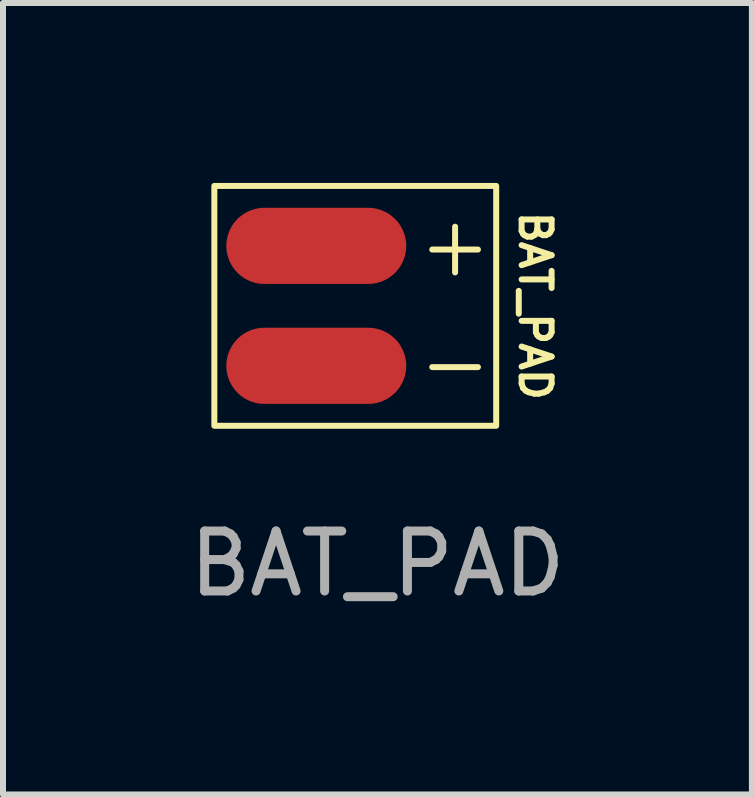
<source format=kicad_pcb>
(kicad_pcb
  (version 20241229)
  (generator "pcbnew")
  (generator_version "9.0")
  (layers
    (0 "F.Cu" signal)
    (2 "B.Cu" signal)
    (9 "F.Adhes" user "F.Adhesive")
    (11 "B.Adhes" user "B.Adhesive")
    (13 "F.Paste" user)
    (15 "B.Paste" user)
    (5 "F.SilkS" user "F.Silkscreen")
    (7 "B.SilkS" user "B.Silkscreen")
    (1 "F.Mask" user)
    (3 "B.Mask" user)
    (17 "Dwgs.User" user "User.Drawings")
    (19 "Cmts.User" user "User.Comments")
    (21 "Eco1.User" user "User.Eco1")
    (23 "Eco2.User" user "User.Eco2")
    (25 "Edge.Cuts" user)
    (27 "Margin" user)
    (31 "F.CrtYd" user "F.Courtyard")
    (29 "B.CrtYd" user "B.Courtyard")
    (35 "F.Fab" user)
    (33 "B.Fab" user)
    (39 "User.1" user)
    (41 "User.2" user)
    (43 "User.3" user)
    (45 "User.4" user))
  (footprint "BAT_PAD"
    (layer "F.Cu")
    (at 2.224 2.05)
    (property "Reference" "BAT_PAD" (at 3.65 0 270) (unlocked yes) (layer "F.SilkS") (effects (font (size 0.5 0.5) (thickness 0.1))))
    (attr smd)
    (fp_rect (start -1.7 -2) (end 3 2) (stroke (width 0.1) (type default)) (fill no) (layer "F.SilkS"))
    (fp_text user "-" (at 1.63 1.53 0) (unlocked yes) (layer "F.SilkS") (effects (font (size 1 1) (thickness 0.1)) (justify left bottom)))
    (fp_text user "+" (at 1.63 -0.43 0) (unlocked yes) (layer "F.SilkS") (effects (font (size 1 1) (thickness 0.1)) (justify left bottom)))
    (fp_text user "${REFERENCE}" (at 1.02 4.3 0) (unlocked yes) (layer "F.Fab") (effects (font (size 1 1) (thickness 0.15))))
    (pad "1" smd oval (at 0 -1) (size 3 1.27) (layers "F.Cu" "F.Mask" "F.Paste"))
    (pad "2" smd oval (at 0 1) (size 3 1.27) (layers "F.Cu" "F.Mask" "F.Paste")))
  (gr_rect
    (start -3 -3)
    (end 9.488 10.198)
    (stroke (width 0.1) (type default))
    (fill no)
    (layer "Edge.Cuts")))
</source>
